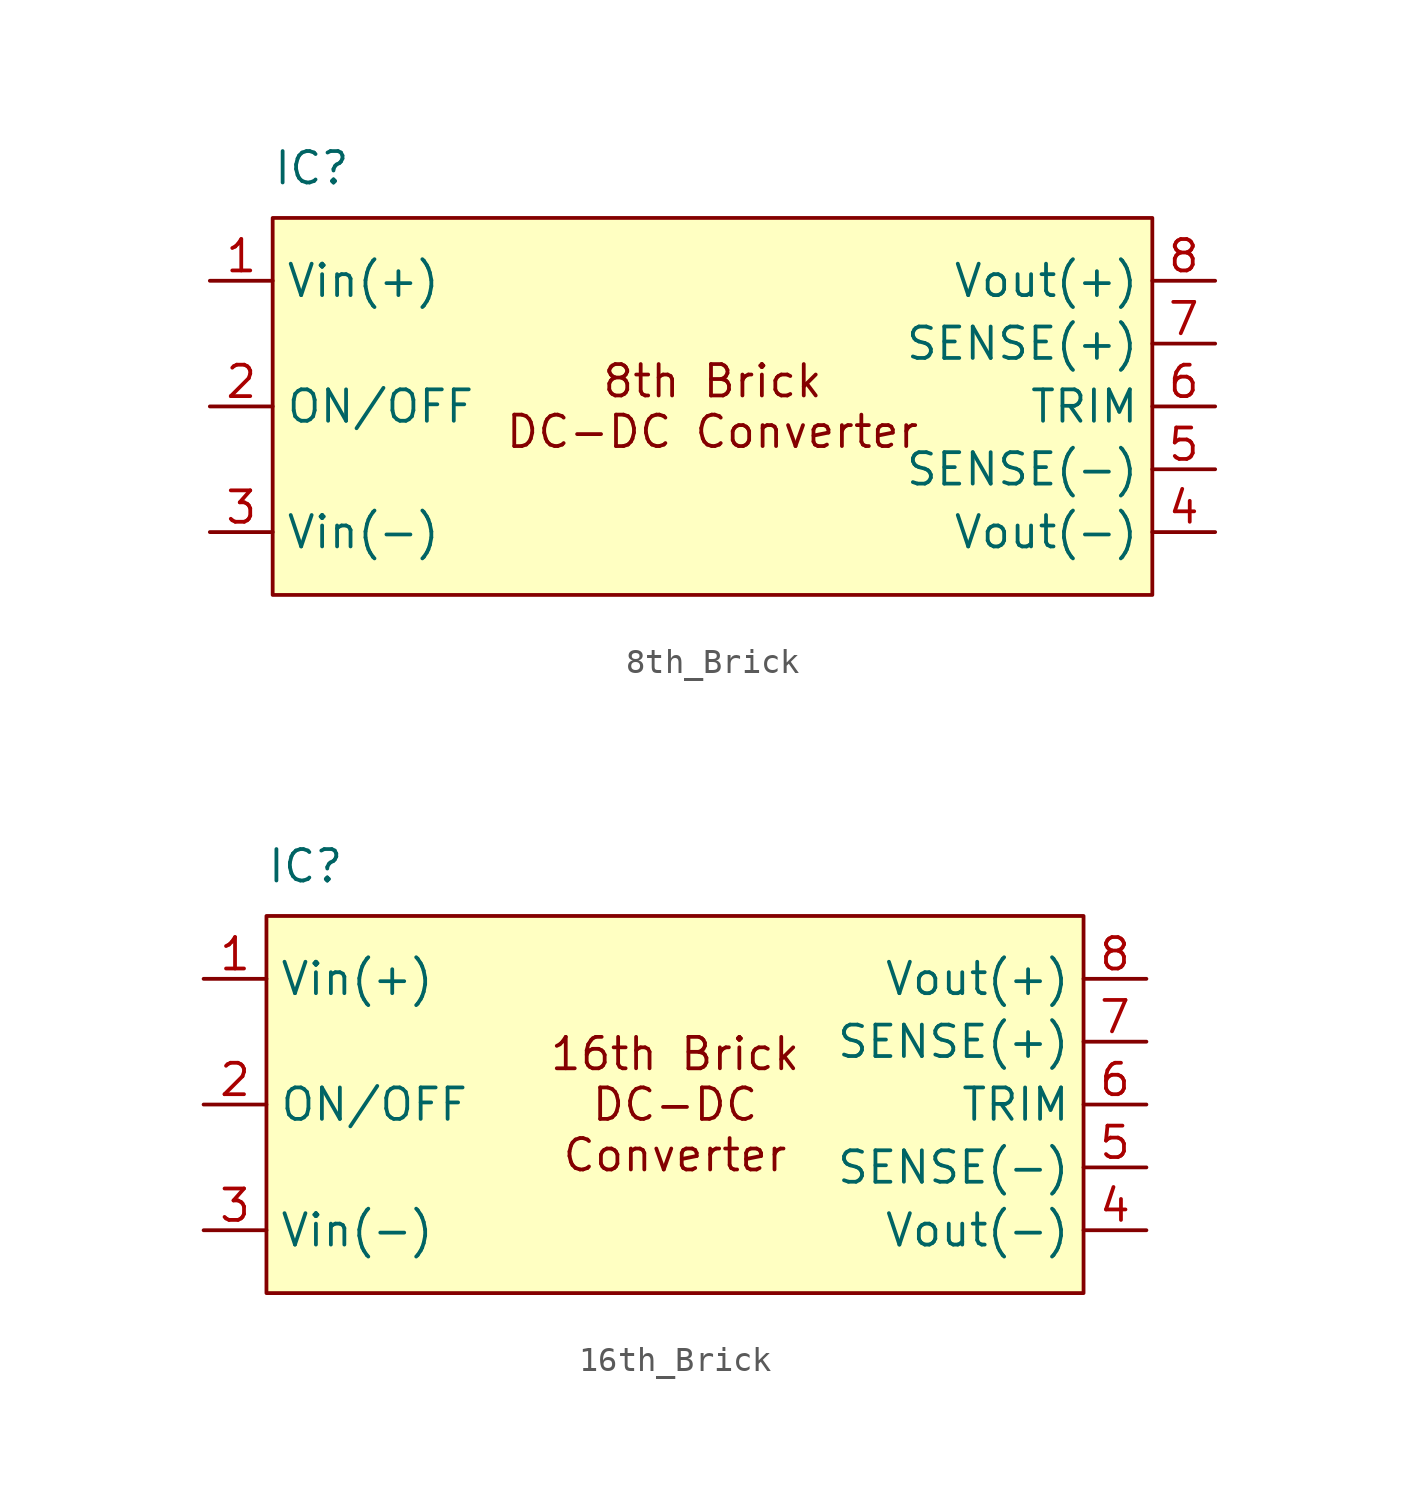
<source format=kicad_sym>
(kicad_symbol_lib
  (version 20241209)
  (generator "kicad_symbol_editor")
  (generator_version "9.0")
  (symbol "8th_Brick"
    (property "Reference" "IC"
      (at -17.78 8.89 0)
      (effects (font (size 1.27 1.27)) (justify left bottom)))
    (property "Value" ""
      (at 0 0 0)
      (effects (font (size 1.27 1.27))))
    (symbol "8th_Brick_0_0"
      (pin power_in line (at -20.32 5.08 0) (length 2.54) (name "Vin(+)" (effects (font (size 1.27 1.27)))) (number "1" (effects (font (size 1.27 1.27)))))
      (pin input line (at -20.32 0 0) (length 2.54) (name "ON/OFF" (effects (font (size 1.27 1.27)))) (number "2" (effects (font (size 1.27 1.27)))))
      (pin power_in line (at -20.32 -5.08 0) (length 2.54) (name "Vin(-)" (effects (font (size 1.27 1.27)))) (number "3" (effects (font (size 1.27 1.27)))))
      (pin power_in line (at 20.32 5.08 180) (length 2.54) (name "Vout(+)" (effects (font (size 1.27 1.27)))) (number "8" (effects (font (size 1.27 1.27)))))
      (pin input line (at 20.32 2.54 180) (length 2.54) (name "SENSE(+)" (effects (font (size 1.27 1.27)))) (number "7" (effects (font (size 1.27 1.27)))))
      (pin input line (at 20.32 -2.54 180) (length 2.54) (name "SENSE(-)" (effects (font (size 1.27 1.27)))) (number "5" (effects (font (size 1.27 1.27)))))
      (pin power_in line (at 20.32 -5.08 180) (length 2.54) (name "Vout(-)" (effects (font (size 1.27 1.27)))) (number "4" (effects (font (size 1.27 1.27))))))
    (symbol "8th_Brick_1_0"
      (pin input line (at 20.32 0 180) (length 2.54) (name "TRIM" (effects (font (size 1.27 1.27)))) (number "6" (effects (font (size 1.27 1.27))))))
    (symbol "8th_Brick_1_1"
      (rectangle (start -17.78 7.62) (end 17.78 -7.62) (stroke (width 0) (type solid)) (fill (type background)))
      (text "8th Brick\nDC-DC Converter" (at 0 0 0) (effects (font (size 1.27 1.27))))))
  (symbol "16th_Brick"
    (property "Reference" "IC"
      (at -16.51 8.89 0)
      (effects (font (size 1.27 1.27)) (justify left bottom)))
    (property "Value" ""
      (at 0 0 0)
      (effects (font (size 1.27 1.27))))
    (symbol "16th_Brick_1_0"
      (pin power_in line (at -19.05 5.08 0) (length 2.54) (name "Vin(+)" (effects (font (size 1.27 1.27)))) (number "1" (effects (font (size 1.27 1.27)))))
      (pin input line (at -19.05 0 0) (length 2.54) (name "ON/OFF" (effects (font (size 1.27 1.27)))) (number "2" (effects (font (size 1.27 1.27)))))
      (pin power_in line (at -19.05 -5.08 0) (length 2.54) (name "Vin(-)" (effects (font (size 1.27 1.27)))) (number "3" (effects (font (size 1.27 1.27)))))
      (pin power_out line (at 19.05 5.08 180) (length 2.54) (name "Vout(+)" (effects (font (size 1.27 1.27)))) (number "8" (effects (font (size 1.27 1.27)))))
      (pin input line (at 19.05 2.54 180) (length 2.54) (name "SENSE(+)" (effects (font (size 1.27 1.27)))) (number "7" (effects (font (size 1.27 1.27)))))
      (pin input line (at 19.05 0 180) (length 2.54) (name "TRIM" (effects (font (size 1.27 1.27)))) (number "6" (effects (font (size 1.27 1.27)))))
      (pin input line (at 19.05 -2.54 180) (length 2.54) (name "SENSE(-)" (effects (font (size 1.27 1.27)))) (number "5" (effects (font (size 1.27 1.27)))))
      (pin power_in line (at 19.05 -5.08 180) (length 2.54) (name "Vout(-)" (effects (font (size 1.27 1.27)))) (number "4" (effects (font (size 1.27 1.27))))))
    (symbol "16th_Brick_1_1"
      (rectangle (start -16.51 7.62) (end 16.51 -7.62) (stroke (width 0) (type solid)) (fill (type background)))
      (text "16th Brick\nDC-DC\nConverter" (at 0 0 0) (effects (font (size 1.27 1.27)))))))
</source>
